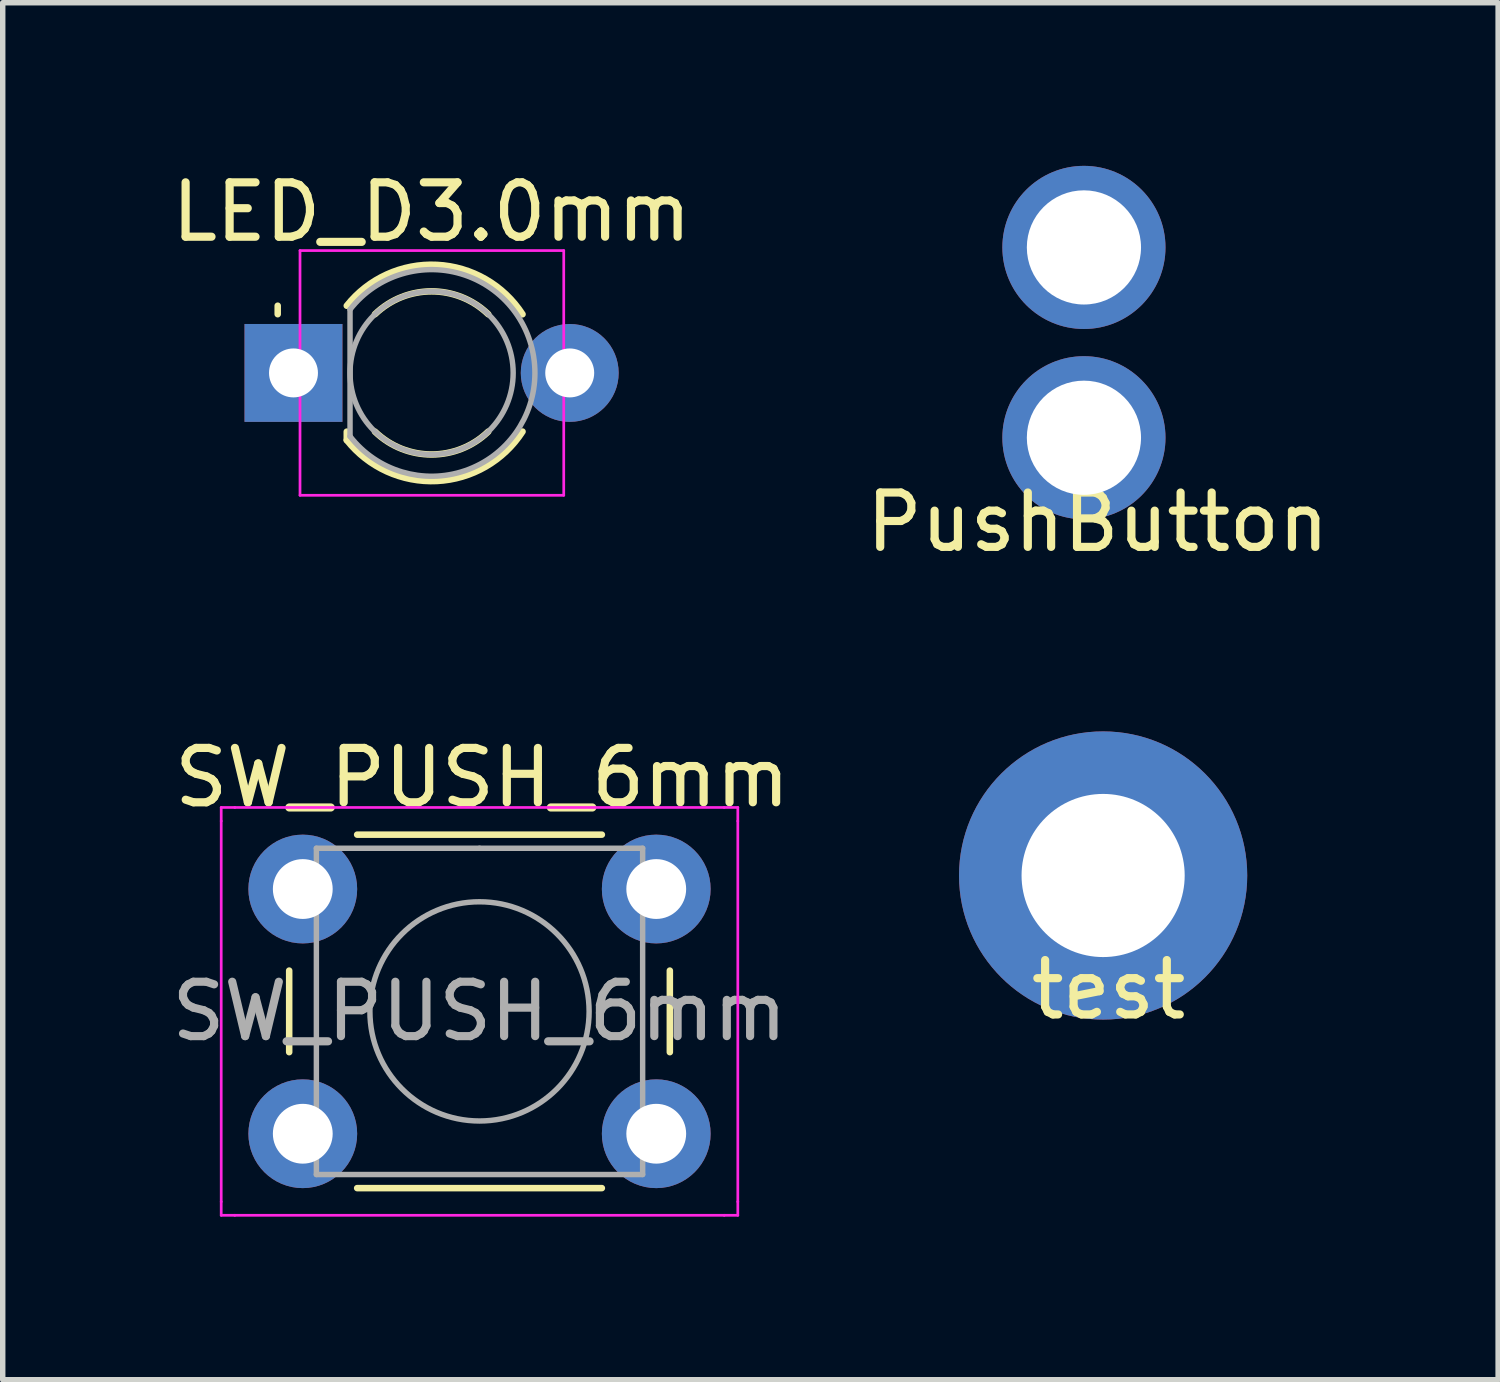
<source format=kicad_pcb>
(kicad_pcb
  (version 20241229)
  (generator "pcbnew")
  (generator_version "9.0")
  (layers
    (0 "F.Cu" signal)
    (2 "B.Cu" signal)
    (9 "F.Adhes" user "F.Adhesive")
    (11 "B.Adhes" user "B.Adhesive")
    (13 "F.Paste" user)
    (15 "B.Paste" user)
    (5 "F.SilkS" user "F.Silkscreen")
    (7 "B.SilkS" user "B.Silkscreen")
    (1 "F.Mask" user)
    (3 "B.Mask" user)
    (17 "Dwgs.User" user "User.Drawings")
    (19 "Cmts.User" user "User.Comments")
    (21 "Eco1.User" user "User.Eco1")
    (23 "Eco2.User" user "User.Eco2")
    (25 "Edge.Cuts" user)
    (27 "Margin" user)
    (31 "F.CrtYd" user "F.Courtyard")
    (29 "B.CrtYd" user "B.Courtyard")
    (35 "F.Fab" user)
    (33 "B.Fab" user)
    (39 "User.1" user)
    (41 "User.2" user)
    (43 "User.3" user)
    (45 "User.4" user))
  (footprint "PushButton"
    (layer "F.Cu")
    (at 16.883 3.25)
    (property "Reference" "PushButton" (at 0.254 3.302 0) (layer "F.SilkS") (effects (font (size 1 1) (thickness 0.15))))
    (attr through_hole)
    (pad "1" thru_hole circle (at 0 -1.75) (size 3 3) (drill 2.1) (layers "*.Cu" "*.Mask"))
    (pad "2" thru_hole circle (at 0 1.75) (size 3 3) (drill 2.1) (layers "*.Cu" "*.Mask")))
  (footprint "LED_D3.0mm"
    (layer "F.Cu")
    (at 3.617 3.808)
    (property "Reference" "LED_D3.0mm" (at 1.27 -2.96 0) (layer "F.SilkS") (effects (font (size 1 1) (thickness 0.15))))
    (attr through_hole)
    (fp_line (start -1.56 -1.236) (end -1.56 -1.08) (stroke (width 0.12) (type solid)) (layer "F.SilkS"))
    (fp_line (start -0.29 1.08) (end -0.29 1.236) (stroke (width 0.12) (type solid)) (layer "F.SilkS"))
    (fp_arc (start -0.29 -1.235516) (mid 1.366487 -1.987659) (end 2.942335 -1.078608) (stroke (width 0.12) (type solid)) (layer "F.SilkS"))
    (fp_arc (start 0.229039 -1.08) (mid 1.270117 -1.5) (end 2.31113 -1.079837) (stroke (width 0.12) (type solid)) (layer "F.SilkS"))
    (fp_arc (start 2.31113 1.079837) (mid 1.270117 1.5) (end 0.229039 1.08) (stroke (width 0.12) (type solid)) (layer "F.SilkS"))
    (fp_arc (start 2.942335 1.078608) (mid 1.366487 1.987659) (end -0.29 1.235516) (stroke (width 0.12) (type solid)) (layer "F.SilkS"))
    (fp_line (start -1.15 -2.25) (end -1.15 2.25) (stroke (width 0.05) (type solid)) (layer "F.CrtYd"))
    (fp_line (start -1.15 2.25) (end 3.7 2.25) (stroke (width 0.05) (type solid)) (layer "F.CrtYd"))
    (fp_line (start 3.7 -2.25) (end -1.15 -2.25) (stroke (width 0.05) (type solid)) (layer "F.CrtYd"))
    (fp_line (start 3.7 2.25) (end 3.7 -2.25) (stroke (width 0.05) (type solid)) (layer "F.CrtYd"))
    (fp_line (start -0.23 -1.166) (end -0.23 1.166) (stroke (width 0.1) (type solid)) (layer "F.Fab"))
    (fp_arc (start -0.23 -1.16619) (mid 3.17 0.000452) (end -0.230555 1.165476) (stroke (width 0.1) (type solid)) (layer "F.Fab"))
    (fp_circle (center 1.27 0) (end 2.77 0) (stroke (width 0.1) (type solid)) (fill no) (layer "F.Fab"))
    (pad "1" thru_hole rect (at -1.27 0) (size 1.8 1.8) (drill 0.9) (layers "*.Cu" "*.Mask"))
    (pad "2" thru_hole circle (at 3.81 0) (size 1.8 1.8) (drill 0.9) (layers "*.Cu" "*.Mask")))
  (footprint "test"
    (layer "F.Cu")
    (at 17.236 13.05)
    (property "Reference" "test" (at 0.1 2.1 0) (layer "F.SilkS") (effects (font (size 1 1) (thickness 0.15))))
    (attr through_hole)
    (pad "" np_thru_hole circle (at 0 0) (size 5.3 5.3) (drill 3) (layers "*.Cu" "*.Mask")))
  (footprint "SW_PUSH_6mm"
    (layer "F.Cu")
    (at 5.768 15.549)
    (property "Reference" "SW_PUSH_6mm" (at 0.05 -4.3 0) (layer "F.SilkS") (effects (font (size 1 1) (thickness 0.15))))
    (attr through_hole)
    (fp_line (start -3.5 -0.75) (end -3.5 0.75) (stroke (width 0.12) (type solid)) (layer "F.SilkS"))
    (fp_line (start -2.25 3.25) (end 2.25 3.25) (stroke (width 0.12) (type solid)) (layer "F.SilkS"))
    (fp_line (start 2.25 -3.25) (end -2.25 -3.25) (stroke (width 0.12) (type solid)) (layer "F.SilkS"))
    (fp_line (start 3.5 0.75) (end 3.5 -0.75) (stroke (width 0.12) (type solid)) (layer "F.SilkS"))
    (fp_line (start -4.75 -3.75) (end -4.5 -3.75) (stroke (width 0.05) (type solid)) (layer "F.CrtYd"))
    (fp_line (start -4.75 -3.5) (end -4.75 -3.75) (stroke (width 0.05) (type solid)) (layer "F.CrtYd"))
    (fp_line (start -4.75 3.5) (end -4.75 -3.5) (stroke (width 0.05) (type solid)) (layer "F.CrtYd"))
    (fp_line (start -4.75 3.5) (end -4.75 3.75) (stroke (width 0.05) (type solid)) (layer "F.CrtYd"))
    (fp_line (start -4.75 3.75) (end -4.5 3.75) (stroke (width 0.05) (type solid)) (layer "F.CrtYd"))
    (fp_line (start -4.5 -3.75) (end 4.5 -3.75) (stroke (width 0.05) (type solid)) (layer "F.CrtYd"))
    (fp_line (start 4.5 -3.75) (end 4.75 -3.75) (stroke (width 0.05) (type solid)) (layer "F.CrtYd"))
    (fp_line (start 4.5 3.75) (end -4.5 3.75) (stroke (width 0.05) (type solid)) (layer "F.CrtYd"))
    (fp_line (start 4.5 3.75) (end 4.75 3.75) (stroke (width 0.05) (type solid)) (layer "F.CrtYd"))
    (fp_line (start 4.75 -3.75) (end 4.75 -3.5) (stroke (width 0.05) (type solid)) (layer "F.CrtYd"))
    (fp_line (start 4.75 -3.5) (end 4.75 3.5) (stroke (width 0.05) (type solid)) (layer "F.CrtYd"))
    (fp_line (start 4.75 3.75) (end 4.75 3.5) (stroke (width 0.05) (type solid)) (layer "F.CrtYd"))
    (fp_line (start -3 -3) (end 0 -3) (stroke (width 0.1) (type solid)) (layer "F.Fab"))
    (fp_line (start -3 3) (end -3 -3) (stroke (width 0.1) (type solid)) (layer "F.Fab"))
    (fp_line (start 0 -3) (end 3 -3) (stroke (width 0.1) (type solid)) (layer "F.Fab"))
    (fp_line (start 3 -3) (end 3 3) (stroke (width 0.1) (type solid)) (layer "F.Fab"))
    (fp_line (start 3 3) (end -3 3) (stroke (width 0.1) (type solid)) (layer "F.Fab"))
    (fp_circle (center 0 0) (end -2 0.25) (stroke (width 0.1) (type solid)) (fill no) (layer "F.Fab"))
    (fp_text user "${REFERENCE}" (at 0 0 0) (layer "F.Fab") (effects (font (size 1 1) (thickness 0.15))))
    (pad "1" thru_hole circle (at -3.25 -2.25 90) (size 2 2) (drill 1.1) (layers "*.Cu" "*.Mask"))
    (pad "1" thru_hole circle (at 3.25 -2.25 90) (size 2 2) (drill 1.1) (layers "*.Cu" "*.Mask"))
    (pad "2" thru_hole circle (at -3.25 2.25 90) (size 2 2) (drill 1.1) (layers "*.Cu" "*.Mask"))
    (pad "2" thru_hole circle (at 3.25 2.25 90) (size 2 2) (drill 1.1) (layers "*.Cu" "*.Mask")))
  (gr_rect
    (start -3 -3)
    (end 24.5 22.323)
    (stroke (width 0.1) (type default))
    (fill no)
    (layer "Edge.Cuts")))
</source>
